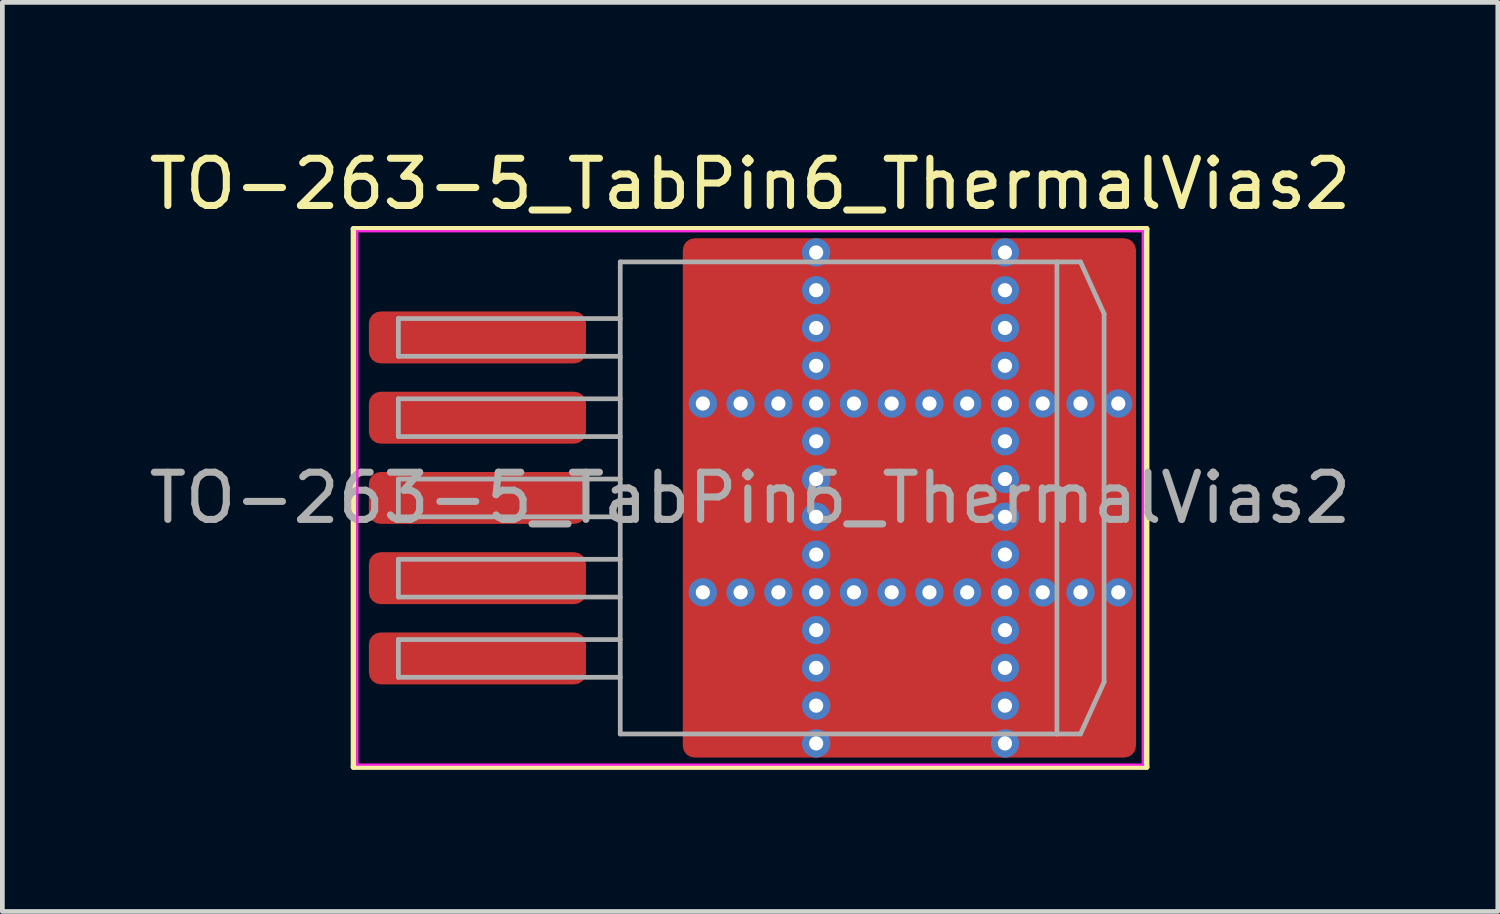
<source format=kicad_pcb>
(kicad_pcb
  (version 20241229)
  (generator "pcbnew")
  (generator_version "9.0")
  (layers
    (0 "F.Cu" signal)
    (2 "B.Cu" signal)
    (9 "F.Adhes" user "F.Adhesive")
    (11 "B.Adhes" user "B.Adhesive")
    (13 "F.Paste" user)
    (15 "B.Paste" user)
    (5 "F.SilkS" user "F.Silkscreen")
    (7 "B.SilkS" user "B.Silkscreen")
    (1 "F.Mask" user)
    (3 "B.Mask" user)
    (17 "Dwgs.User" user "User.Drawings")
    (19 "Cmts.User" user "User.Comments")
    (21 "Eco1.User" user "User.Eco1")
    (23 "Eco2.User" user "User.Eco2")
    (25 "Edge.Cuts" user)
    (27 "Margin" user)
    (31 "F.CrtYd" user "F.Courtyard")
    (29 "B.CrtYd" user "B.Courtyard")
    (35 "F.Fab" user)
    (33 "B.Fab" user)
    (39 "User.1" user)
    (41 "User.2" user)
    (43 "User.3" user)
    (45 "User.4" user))
  (footprint "TO-263-5_TabPin6_ThermalVias2"
    (layer "F.Cu")
    (at 12.839 7.498)
    (property "Reference" "TO-263-5_TabPin6_ThermalVias2" (at 0 -6.65 0) (layer "F.SilkS") (effects (font (size 1 1) (thickness 0.15))))
    (attr smd)
    (fp_line (start -8.4 -5.7) (end -8.4 5.7) (stroke (width 0.12) (type solid)) (layer "F.SilkS"))
    (fp_line (start -8.4 5.7) (end 8.4 5.7) (stroke (width 0.12) (type solid)) (layer "F.SilkS"))
    (fp_line (start 8.4 -5.7) (end -8.4 -5.7) (stroke (width 0.12) (type solid)) (layer "F.SilkS"))
    (fp_line (start 8.4 5.7) (end 8.4 -5.7) (stroke (width 0.12) (type solid)) (layer "F.SilkS"))
    (fp_line (start -8.32 -5.65) (end -8.32 5.65) (stroke (width 0.05) (type solid)) (layer "F.CrtYd"))
    (fp_line (start -8.32 5.65) (end 8.32 5.65) (stroke (width 0.05) (type solid)) (layer "F.CrtYd"))
    (fp_line (start 8.32 -5.65) (end -8.32 -5.65) (stroke (width 0.05) (type solid)) (layer "F.CrtYd"))
    (fp_line (start 8.32 5.65) (end 8.32 -5.65) (stroke (width 0.05) (type solid)) (layer "F.CrtYd"))
    (fp_line (start -7.45 -3.8) (end -7.45 -3) (stroke (width 0.1) (type solid)) (layer "F.Fab"))
    (fp_line (start -7.45 -3) (end -2.75 -3) (stroke (width 0.1) (type solid)) (layer "F.Fab"))
    (fp_line (start -7.45 -2.1) (end -7.45 -1.3) (stroke (width 0.1) (type solid)) (layer "F.Fab"))
    (fp_line (start -7.45 -1.3) (end -2.75 -1.3) (stroke (width 0.1) (type solid)) (layer "F.Fab"))
    (fp_line (start -7.45 -0.4) (end -7.45 0.4) (stroke (width 0.1) (type solid)) (layer "F.Fab"))
    (fp_line (start -7.45 0.4) (end -2.75 0.4) (stroke (width 0.1) (type solid)) (layer "F.Fab"))
    (fp_line (start -7.45 1.3) (end -7.45 2.1) (stroke (width 0.1) (type solid)) (layer "F.Fab"))
    (fp_line (start -7.45 2.1) (end -2.75 2.1) (stroke (width 0.1) (type solid)) (layer "F.Fab"))
    (fp_line (start -7.45 3) (end -7.45 3.8) (stroke (width 0.1) (type solid)) (layer "F.Fab"))
    (fp_line (start -7.45 3.8) (end -2.75 3.8) (stroke (width 0.1) (type solid)) (layer "F.Fab"))
    (fp_line (start -2.75 -5) (end 6.5 -5) (stroke (width 0.1) (type solid)) (layer "F.Fab"))
    (fp_line (start -2.75 -3.8) (end -7.45 -3.8) (stroke (width 0.1) (type solid)) (layer "F.Fab"))
    (fp_line (start -2.75 -2.1) (end -7.45 -2.1) (stroke (width 0.1) (type solid)) (layer "F.Fab"))
    (fp_line (start -2.75 -0.4) (end -7.45 -0.4) (stroke (width 0.1) (type solid)) (layer "F.Fab"))
    (fp_line (start -2.75 1.3) (end -7.45 1.3) (stroke (width 0.1) (type solid)) (layer "F.Fab"))
    (fp_line (start -2.75 3) (end -7.45 3) (stroke (width 0.1) (type solid)) (layer "F.Fab"))
    (fp_line (start -2.75 5) (end -2.75 -5) (stroke (width 0.1) (type solid)) (layer "F.Fab"))
    (fp_line (start 6.5 -5) (end 6.5 5) (stroke (width 0.1) (type solid)) (layer "F.Fab"))
    (fp_line (start 6.5 -5) (end 7 -5) (stroke (width 0.1) (type solid)) (layer "F.Fab"))
    (fp_line (start 6.5 5) (end -2.75 5) (stroke (width 0.1) (type solid)) (layer "F.Fab"))
    (fp_line (start 6.5 5) (end 7 5) (stroke (width 0.1) (type solid)) (layer "F.Fab"))
    (fp_line (start 7 -5) (end 7.5 -3.9) (stroke (width 0.1) (type solid)) (layer "F.Fab"))
    (fp_line (start 7 5) (end 7.5 3.9) (stroke (width 0.1) (type solid)) (layer "F.Fab"))
    (fp_line (start 7.5 -3.9) (end 7.5 3.9) (stroke (width 0.1) (type solid)) (layer "F.Fab"))
    (fp_text user "${REFERENCE}" (at 0 0 0) (layer "F.Fab") (effects (font (size 1 1) (thickness 0.15))))
    (pad "" smd roundrect (at -0.675 -4.6 90) (size 1.2 0.95) (layers "F.Paste") (roundrect_rratio 0.25))
    (pad "" smd roundrect (at -0.675 -3.1 90) (size 1.2 0.95) (layers "F.Paste") (roundrect_rratio 0.25))
    (pad "" smd roundrect (at -0.675 -0.85 90) (size 1.3 0.95) (layers "F.Paste") (roundrect_rratio 0.25))
    (pad "" smd roundrect (at -0.675 0.85 90) (size 1.3 0.95) (layers "F.Paste") (roundrect_rratio 0.25))
    (pad "" smd roundrect (at -0.675 3.1 90) (size 1.2 0.95) (layers "F.Paste") (roundrect_rratio 0.25))
    (pad "" smd roundrect (at -0.675 4.6 90) (size 1.2 0.95) (layers "F.Paste") (roundrect_rratio 0.25))
    (pad "" smd roundrect (at -0.113 -3.85 90) (size 3.1 2.425) (layers "F.Mask") (roundrect_rratio 0.103))
    (pad "" smd roundrect (at -0.113 0 90) (size 3.4 2.425) (layers "F.Mask") (roundrect_rratio 0.103))
    (pad "" smd roundrect (at -0.113 3.85 90) (size 3.1 2.425) (layers "F.Mask") (roundrect_rratio 0.103))
    (pad "" smd roundrect (at 0.475 -4.6 90) (size 1.2 0.95) (layers "F.Paste") (roundrect_rratio 0.25))
    (pad "" smd roundrect (at 0.475 -3.1 90) (size 1.2 0.95) (layers "F.Paste") (roundrect_rratio 0.25))
    (pad "" smd roundrect (at 0.475 -0.85 90) (size 1.3 0.95) (layers "F.Paste") (roundrect_rratio 0.25))
    (pad "" smd roundrect (at 0.475 0.85 90) (size 1.3 0.95) (layers "F.Paste") (roundrect_rratio 0.25))
    (pad "" smd roundrect (at 0.475 3.1 90) (size 1.2 0.95) (layers "F.Paste") (roundrect_rratio 0.25))
    (pad "" smd roundrect (at 0.475 4.6 90) (size 1.2 0.95) (layers "F.Paste") (roundrect_rratio 0.25))
    (pad "" smd roundrect (at 2.55 -4.6 90) (size 1.2 1.3) (layers "F.Paste") (roundrect_rratio 0.208))
    (pad "" smd roundrect (at 2.55 -3.1 90) (size 1.2 1.3) (layers "F.Paste") (roundrect_rratio 0.208))
    (pad "" smd roundrect (at 2.55 -0.85 90) (size 1.3 1.3) (layers "F.Paste") (roundrect_rratio 0.192))
    (pad "" smd roundrect (at 2.55 0.85 90) (size 1.3 1.3) (layers "F.Paste") (roundrect_rratio 0.192))
    (pad "" smd roundrect (at 2.55 3.1 90) (size 1.2 1.3) (layers "F.Paste") (roundrect_rratio 0.208))
    (pad "" smd roundrect (at 2.55 4.6 90) (size 1.2 1.3) (layers "F.Paste") (roundrect_rratio 0.208))
    (pad "" smd roundrect (at 3.4 -3.85 90) (size 3.1 3.4) (layers "F.Mask") (roundrect_rratio 0.081))
    (pad "" smd roundrect (at 3.4 0 90) (size 3.4 3.4) (layers "F.Mask") (roundrect_rratio 0.074))
    (pad "" smd roundrect (at 3.4 3.85 90) (size 3.1 3.4) (layers "F.Mask") (roundrect_rratio 0.081))
    (pad "" smd roundrect (at 4.25 -4.6 90) (size 1.2 1.3) (layers "F.Paste") (roundrect_rratio 0.208))
    (pad "" smd roundrect (at 4.25 -3.1 90) (size 1.2 1.3) (layers "F.Paste") (roundrect_rratio 0.208))
    (pad "" smd roundrect (at 4.25 -0.85 90) (size 1.3 1.3) (layers "F.Paste") (roundrect_rratio 0.192))
    (pad "" smd roundrect (at 4.25 0.85 90) (size 1.3 1.3) (layers "F.Paste") (roundrect_rratio 0.192))
    (pad "" smd roundrect (at 4.25 3.1 90) (size 1.2 1.3) (layers "F.Paste") (roundrect_rratio 0.208))
    (pad "" smd roundrect (at 4.25 4.6 90) (size 1.2 1.3) (layers "F.Paste") (roundrect_rratio 0.208))
    (pad "" smd roundrect (at 6.325 -4.6 90) (size 1.2 0.95) (layers "F.Paste") (roundrect_rratio 0.25))
    (pad "" smd roundrect (at 6.325 -3.1 90) (size 1.2 0.95) (layers "F.Paste") (roundrect_rratio 0.25))
    (pad "" smd roundrect (at 6.325 -0.85 90) (size 1.3 0.95) (layers "F.Paste") (roundrect_rratio 0.25))
    (pad "" smd roundrect (at 6.325 0.85 90) (size 1.3 0.95) (layers "F.Paste") (roundrect_rratio 0.25))
    (pad "" smd roundrect (at 6.325 3.1 90) (size 1.2 0.95) (layers "F.Paste") (roundrect_rratio 0.25))
    (pad "" smd roundrect (at 6.325 4.6 90) (size 1.2 0.95) (layers "F.Paste") (roundrect_rratio 0.25))
    (pad "" smd roundrect (at 6.888 -3.85 90) (size 3.1 2.375) (layers "F.Mask") (roundrect_rratio 0.105))
    (pad "" smd roundrect (at 6.888 0 90) (size 3.4 2.375) (layers "F.Mask") (roundrect_rratio 0.105))
    (pad "" smd roundrect (at 6.888 3.85 90) (size 3.1 2.375) (layers "F.Mask") (roundrect_rratio 0.105))
    (pad "" smd roundrect (at 7.475 -4.6 90) (size 1.2 0.95) (layers "F.Paste") (roundrect_rratio 0.25))
    (pad "" smd roundrect (at 7.475 -3.1 90) (size 1.2 0.95) (layers "F.Paste") (roundrect_rratio 0.25))
    (pad "" smd roundrect (at 7.475 -0.85 90) (size 1.3 0.95) (layers "F.Paste") (roundrect_rratio 0.25))
    (pad "" smd roundrect (at 7.475 0.85 90) (size 1.3 0.95) (layers "F.Paste") (roundrect_rratio 0.25))
    (pad "" smd roundrect (at 7.475 3.1 90) (size 1.2 0.95) (layers "F.Paste") (roundrect_rratio 0.25))
    (pad "" smd roundrect (at 7.475 4.6 90) (size 1.2 0.95) (layers "F.Paste") (roundrect_rratio 0.25))
    (pad "1" smd roundrect (at -5.775 -3.4) (size 4.6 1.1) (layers "F.Cu" "F.Mask" "F.Paste") (roundrect_rratio 0.227))
    (pad "2" smd roundrect (at -5.775 -1.7) (size 4.6 1.1) (layers "F.Cu" "F.Mask" "F.Paste") (roundrect_rratio 0.227))
    (pad "3" smd roundrect (at -5.775 0) (size 4.6 1.1) (layers "F.Cu" "F.Mask" "F.Paste") (roundrect_rratio 0.227))
    (pad "4" smd roundrect (at -5.775 1.7) (size 4.6 1.1) (layers "F.Cu" "F.Mask" "F.Paste") (roundrect_rratio 0.227))
    (pad "5" smd roundrect (at -5.775 3.4) (size 4.6 1.1) (layers "F.Cu" "F.Mask" "F.Paste") (roundrect_rratio 0.227))
    (pad "6" thru_hole circle (at -1 -2) (size 0.6 0.6) (drill 0.3) (property pad_prop_heatsink) (layers "*.Cu" "*.Mask"))
    (pad "6" thru_hole circle (at -1 2) (size 0.6 0.6) (drill 0.3) (property pad_prop_heatsink) (layers "*.Cu" "*.Mask"))
    (pad "6" thru_hole circle (at -0.2 -2) (size 0.6 0.6) (drill 0.3) (property pad_prop_heatsink) (layers "*.Cu" "*.Mask"))
    (pad "6" thru_hole circle (at -0.2 2) (size 0.6 0.6) (drill 0.3) (property pad_prop_heatsink) (layers "*.Cu" "*.Mask"))
    (pad "6" thru_hole circle (at 0.6 -2) (size 0.6 0.6) (drill 0.3) (property pad_prop_heatsink) (layers "*.Cu" "*.Mask"))
    (pad "6" thru_hole circle (at 0.6 2) (size 0.6 0.6) (drill 0.3) (property pad_prop_heatsink) (layers "*.Cu" "*.Mask"))
    (pad "6" thru_hole circle (at 1.4 -5.2) (size 0.6 0.6) (drill 0.3) (property pad_prop_heatsink) (layers "*.Cu" "*.Mask"))
    (pad "6" thru_hole circle (at 1.4 -4.4) (size 0.6 0.6) (drill 0.3) (property pad_prop_heatsink) (layers "*.Cu" "*.Mask"))
    (pad "6" thru_hole circle (at 1.4 -3.6) (size 0.6 0.6) (drill 0.3) (property pad_prop_heatsink) (layers "*.Cu" "*.Mask"))
    (pad "6" thru_hole circle (at 1.4 -2.8) (size 0.6 0.6) (drill 0.3) (property pad_prop_heatsink) (layers "*.Cu" "*.Mask"))
    (pad "6" thru_hole circle (at 1.4 -2) (size 0.6 0.6) (drill 0.3) (property pad_prop_heatsink) (layers "*.Cu" "*.Mask"))
    (pad "6" thru_hole circle (at 1.4 -1.2) (size 0.6 0.6) (drill 0.3) (property pad_prop_heatsink) (layers "*.Cu" "*.Mask"))
    (pad "6" thru_hole circle (at 1.4 -0.4) (size 0.6 0.6) (drill 0.3) (property pad_prop_heatsink) (layers "*.Cu" "*.Mask"))
    (pad "6" thru_hole circle (at 1.4 0.4) (size 0.6 0.6) (drill 0.3) (property pad_prop_heatsink) (layers "*.Cu" "*.Mask"))
    (pad "6" thru_hole circle (at 1.4 1.2) (size 0.6 0.6) (drill 0.3) (property pad_prop_heatsink) (layers "*.Cu" "*.Mask"))
    (pad "6" thru_hole circle (at 1.4 2) (size 0.6 0.6) (drill 0.3) (property pad_prop_heatsink) (layers "*.Cu" "*.Mask"))
    (pad "6" thru_hole circle (at 1.4 2.8) (size 0.6 0.6) (drill 0.3) (property pad_prop_heatsink) (layers "*.Cu" "*.Mask"))
    (pad "6" thru_hole circle (at 1.4 3.6) (size 0.6 0.6) (drill 0.3) (property pad_prop_heatsink) (layers "*.Cu" "*.Mask"))
    (pad "6" thru_hole circle (at 1.4 4.4) (size 0.6 0.6) (drill 0.3) (property pad_prop_heatsink) (layers "*.Cu" "*.Mask"))
    (pad "6" thru_hole circle (at 1.4 5.2) (size 0.6 0.6) (drill 0.3) (property pad_prop_heatsink) (layers "*.Cu" "*.Mask"))
    (pad "6" thru_hole circle (at 2.2 -2) (size 0.6 0.6) (drill 0.3) (property pad_prop_heatsink) (layers "*.Cu" "*.Mask"))
    (pad "6" thru_hole circle (at 2.2 2) (size 0.6 0.6) (drill 0.3) (property pad_prop_heatsink) (layers "*.Cu" "*.Mask"))
    (pad "6" thru_hole circle (at 3 -2) (size 0.6 0.6) (drill 0.3) (property pad_prop_heatsink) (layers "*.Cu" "*.Mask"))
    (pad "6" thru_hole circle (at 3 2) (size 0.6 0.6) (drill 0.3) (property pad_prop_heatsink) (layers "*.Cu" "*.Mask"))
    (pad "6" smd roundrect (at 3.375 0) (size 9.6 11) (layers "F.Cu") (roundrect_rratio 0.026))
    (pad "6" thru_hole circle (at 3.8 -2) (size 0.6 0.6) (drill 0.3) (property pad_prop_heatsink) (layers "*.Cu" "*.Mask"))
    (pad "6" thru_hole circle (at 3.8 2) (size 0.6 0.6) (drill 0.3) (property pad_prop_heatsink) (layers "*.Cu" "*.Mask"))
    (pad "6" thru_hole circle (at 4.6 -2) (size 0.6 0.6) (drill 0.3) (property pad_prop_heatsink) (layers "*.Cu" "*.Mask"))
    (pad "6" thru_hole circle (at 4.6 2) (size 0.6 0.6) (drill 0.3) (property pad_prop_heatsink) (layers "*.Cu" "*.Mask"))
    (pad "6" thru_hole circle (at 5.4 -5.2) (size 0.6 0.6) (drill 0.3) (property pad_prop_heatsink) (layers "*.Cu" "*.Mask"))
    (pad "6" thru_hole circle (at 5.4 -4.4) (size 0.6 0.6) (drill 0.3) (property pad_prop_heatsink) (layers "*.Cu" "*.Mask"))
    (pad "6" thru_hole circle (at 5.4 -3.6) (size 0.6 0.6) (drill 0.3) (property pad_prop_heatsink) (layers "*.Cu" "*.Mask"))
    (pad "6" thru_hole circle (at 5.4 -2.8) (size 0.6 0.6) (drill 0.3) (property pad_prop_heatsink) (layers "*.Cu" "*.Mask"))
    (pad "6" thru_hole circle (at 5.4 -2) (size 0.6 0.6) (drill 0.3) (property pad_prop_heatsink) (layers "*.Cu" "*.Mask"))
    (pad "6" thru_hole circle (at 5.4 -1.2) (size 0.6 0.6) (drill 0.3) (property pad_prop_heatsink) (layers "*.Cu" "*.Mask"))
    (pad "6" thru_hole circle (at 5.4 -0.4) (size 0.6 0.6) (drill 0.3) (property pad_prop_heatsink) (layers "*.Cu" "*.Mask"))
    (pad "6" thru_hole circle (at 5.4 0.4) (size 0.6 0.6) (drill 0.3) (property pad_prop_heatsink) (layers "*.Cu" "*.Mask"))
    (pad "6" thru_hole circle (at 5.4 1.2) (size 0.6 0.6) (drill 0.3) (property pad_prop_heatsink) (layers "*.Cu" "*.Mask"))
    (pad "6" thru_hole circle (at 5.4 2) (size 0.6 0.6) (drill 0.3) (property pad_prop_heatsink) (layers "*.Cu" "*.Mask"))
    (pad "6" thru_hole circle (at 5.4 2.8) (size 0.6 0.6) (drill 0.3) (property pad_prop_heatsink) (layers "*.Cu" "*.Mask"))
    (pad "6" thru_hole circle (at 5.4 3.6) (size 0.6 0.6) (drill 0.3) (property pad_prop_heatsink) (layers "*.Cu" "*.Mask"))
    (pad "6" thru_hole circle (at 5.4 4.4) (size 0.6 0.6) (drill 0.3) (property pad_prop_heatsink) (layers "*.Cu" "*.Mask"))
    (pad "6" thru_hole circle (at 5.4 5.2) (size 0.6 0.6) (drill 0.3) (property pad_prop_heatsink) (layers "*.Cu" "*.Mask"))
    (pad "6" thru_hole circle (at 6.2 -2) (size 0.6 0.6) (drill 0.3) (property pad_prop_heatsink) (layers "*.Cu" "*.Mask"))
    (pad "6" thru_hole circle (at 6.2 2) (size 0.6 0.6) (drill 0.3) (property pad_prop_heatsink) (layers "*.Cu" "*.Mask"))
    (pad "6" thru_hole circle (at 7 -2) (size 0.6 0.6) (drill 0.3) (property pad_prop_heatsink) (layers "*.Cu" "*.Mask"))
    (pad "6" thru_hole circle (at 7 2) (size 0.6 0.6) (drill 0.3) (property pad_prop_heatsink) (layers "*.Cu" "*.Mask"))
    (pad "6" thru_hole circle (at 7.8 -2) (size 0.6 0.6) (drill 0.3) (property pad_prop_heatsink) (layers "*.Cu" "*.Mask"))
    (pad "6" thru_hole circle (at 7.8 2) (size 0.6 0.6) (drill 0.3) (property pad_prop_heatsink) (layers "*.Cu" "*.Mask")))
  (gr_rect
    (start -3 -3)
    (end 28.679 16.258)
    (stroke (width 0.1) (type default))
    (fill no)
    (layer "Edge.Cuts")))
</source>
